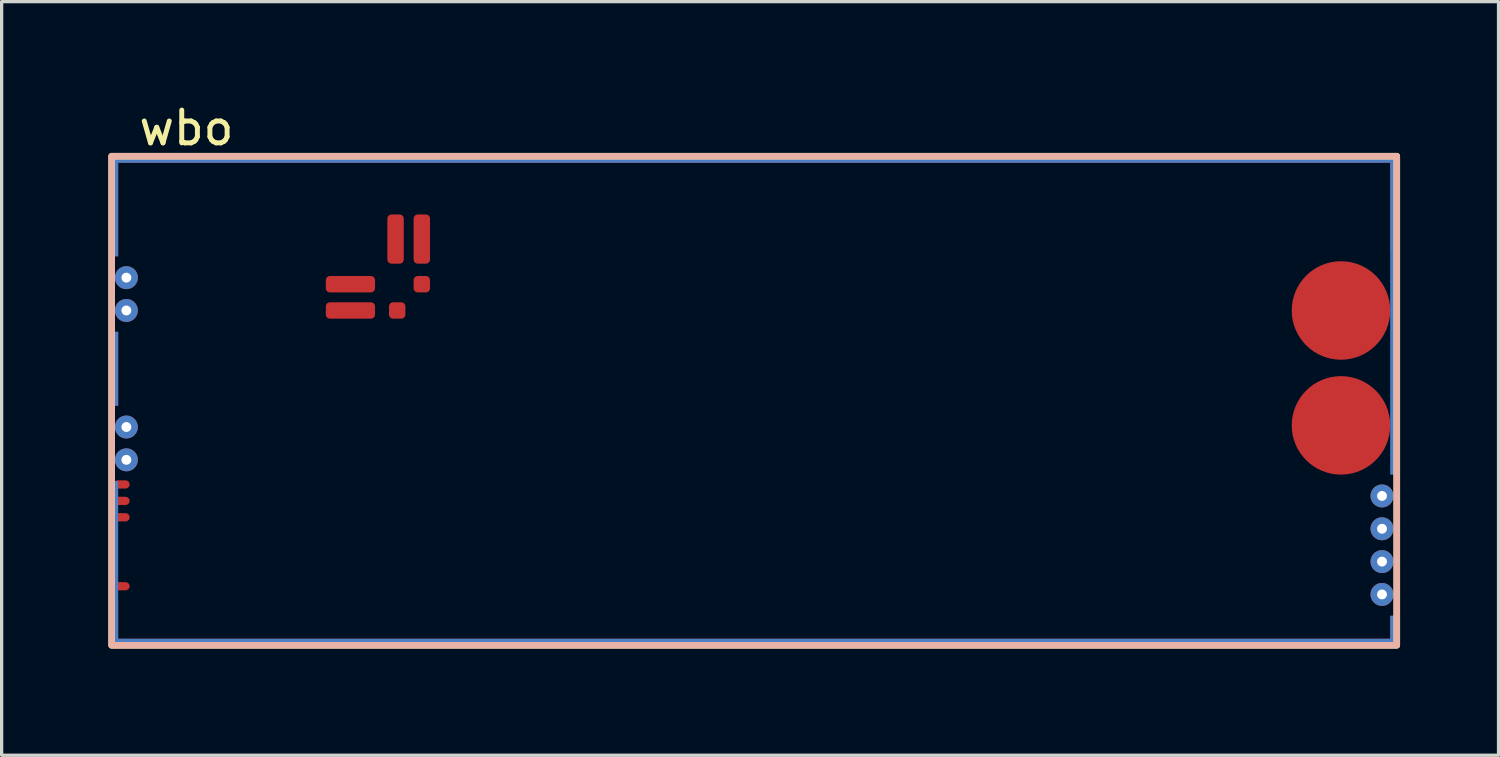
<source format=kicad_pcb>
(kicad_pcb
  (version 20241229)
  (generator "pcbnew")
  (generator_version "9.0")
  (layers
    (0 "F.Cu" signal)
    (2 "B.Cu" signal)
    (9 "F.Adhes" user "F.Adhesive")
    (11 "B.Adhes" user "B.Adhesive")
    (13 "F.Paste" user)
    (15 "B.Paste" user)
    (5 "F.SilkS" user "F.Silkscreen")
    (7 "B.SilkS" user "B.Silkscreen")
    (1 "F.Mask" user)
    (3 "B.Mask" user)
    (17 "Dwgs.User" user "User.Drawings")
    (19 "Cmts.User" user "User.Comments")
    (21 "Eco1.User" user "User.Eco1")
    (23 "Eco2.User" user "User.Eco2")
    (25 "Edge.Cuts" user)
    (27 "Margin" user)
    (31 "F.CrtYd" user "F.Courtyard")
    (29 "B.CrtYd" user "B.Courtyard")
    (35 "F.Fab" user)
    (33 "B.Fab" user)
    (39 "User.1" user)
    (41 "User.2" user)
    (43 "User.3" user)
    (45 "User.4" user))
  (footprint "wbo"
    (layer "F.Cu")
    (at 0.25 16.708)
    (property "Reference" "wbo" (at 2.38 -15.86 0) (unlocked yes) (layer "F.SilkS") (effects (font (size 1 1) (thickness 0.15))))
    (fp_rect (start 39.25 -15) (end 0.1 -0.1) (stroke (width 0.2) (type solid)) (fill no) (layer "F.SilkS"))
    (fp_rect (start 39.25 -15) (end 0.1 -0.1) (stroke (width 0.2) (type solid)) (fill no) (layer "B.SilkS"))
    (pad "E1" thru_hole circle (at 38.8 -1.65 90) (size 0.7 0.7) (drill 0.3) (layers "*.Cu"))
    (pad "E2" thru_hole circle (at 38.8 -2.65 90) (size 0.7 0.7) (drill 0.3) (layers "*.Cu"))
    (pad "E3" thru_hole circle (at 38.8 -3.65 90) (size 0.7 0.7) (drill 0.3) (layers "*.Cu"))
    (pad "E4" thru_hole circle (at 38.8 -4.65 90) (size 0.7 0.7) (drill 0.3) (layers "*.Cu"))
    (pad "E5" smd circle (at 37.55 -6.8) (size 3 3) (layers "F.Cu"))
    (pad "E6" smd circle (at 37.55 -10.3) (size 3 3) (layers "F.Cu"))
    (pad "G" smd rect (at 0.175 -13.5) (size 0.25 3.1) (layers "F.Cu"))
    (pad "G" smd rect (at 0.175 -13.5) (size 0.25 3.1) (layers "B.Cu"))
    (pad "G" smd rect (at 0.175 -8.525) (size 0.25 2.25) (layers "F.Cu"))
    (pad "G" smd rect (at 0.175 -8.525) (size 0.25 2.25) (layers "B.Cu"))
    (pad "G" smd rect (at 0.175 -2.575) (size 0.25 5.05) (layers "B.Cu"))
    (pad "G" smd rect (at 0.175 -0.775) (size 0.25 1.45) (layers "F.Cu"))
    (pad "G" smd rect (at 19.675 -14.925 90) (size 0.25 39.25) (layers "F.Cu"))
    (pad "G" smd rect (at 19.675 -14.925 90) (size 0.25 39.25) (layers "B.Cu"))
    (pad "G" smd rect (at 19.675 -0.175 90) (size 0.25 39.25) (layers "F.Cu"))
    (pad "G" smd rect (at 19.675 -0.175 90) (size 0.25 39.25) (layers "B.Cu"))
    (pad "G" smd rect (at 39.175 -13.575) (size 0.25 2.95) (layers "F.Cu"))
    (pad "G" smd rect (at 39.175 -10.175) (size 0.25 9.75) (layers "B.Cu"))
    (pad "G" smd rect (at 39.175 -0.525) (size 0.25 0.95) (layers "F.Cu"))
    (pad "G" smd rect (at 39.175 -0.525) (size 0.25 0.95) (layers "B.Cu"))
    (pad "J1" smd roundrect (at 9.55 -12.475 180) (size 0.5 1.5) (layers "F.Cu") (roundrect_rratio 0.25))
    (pad "J2" smd roundrect (at 7.375 -10.3 180) (size 1.5 0.5) (layers "F.Cu") (roundrect_rratio 0.25))
    (pad "J_GND1" smd roundrect (at 8.75 -12.475 180) (size 0.5 1.5) (layers "F.Cu") (roundrect_rratio 0.25))
    (pad "J_GND2" smd roundrect (at 8.8 -10.3 270) (size 0.5 0.5) (layers "F.Cu") (roundrect_rratio 0.25))
    (pad "J_VCC1" smd roundrect (at 9.55 -11.1 180) (size 0.5 0.5) (layers "F.Cu") (roundrect_rratio 0.25))
    (pad "J_VCC2" smd roundrect (at 7.375 -11.1 180) (size 1.5 0.5) (layers "F.Cu") (roundrect_rratio 0.25))
    (pad "W1" thru_hole circle (at 0.55 -11.3 90) (size 0.7 0.7) (drill 0.3) (layers "*.Cu"))
    (pad "W2" thru_hole circle (at 0.55 -10.3 90) (size 0.7 0.7) (drill 0.3) (layers "*.Cu"))
    (pad "W3" thru_hole circle (at 0.55 -6.75 90) (size 0.7 0.7) (drill 0.3) (layers "*.Cu"))
    (pad "W4" thru_hole circle (at 0.55 -5.75 90) (size 0.7 0.7) (drill 0.3) (layers "*.Cu"))
    (pad "W5" smd roundrect (at 0.4 -5) (size 0.5 0.25) (layers "F.Cu") (roundrect_rratio 0.5))
    (pad "W6" smd roundrect (at 0.4 -4.5) (size 0.5 0.25) (layers "F.Cu") (roundrect_rratio 0.5))
    (pad "W7" smd roundrect (at 0.4 -4) (size 0.5 0.25) (layers "F.Cu") (roundrect_rratio 0.5))
    (pad "W8" smd roundrect (at 0.4 -1.9) (size 0.5 0.25) (layers "F.Cu") (roundrect_rratio 0.5))
    (zone (net_name "") (layers "F.Cu" "B.Cu") (hatch edge 0.508) (connect_pads) (min_thickness 0.254) (filled_areas_thickness no) (keepout (tracks allowed) (vias allowed) (pads allowed) (copperpour not_allowed) (footprints allowed)) (placement (enabled no)) (fill) (polygon (pts (xy 39.425 16.533) (xy 0.425 16.508) (xy 0.425 1.783) (xy 39.425 1.783)))))
  (gr_rect
    (start -3 -3)
    (end 42.6 19.958)
    (stroke (width 0.1) (type default))
    (fill no)
    (layer "Edge.Cuts")))
</source>
